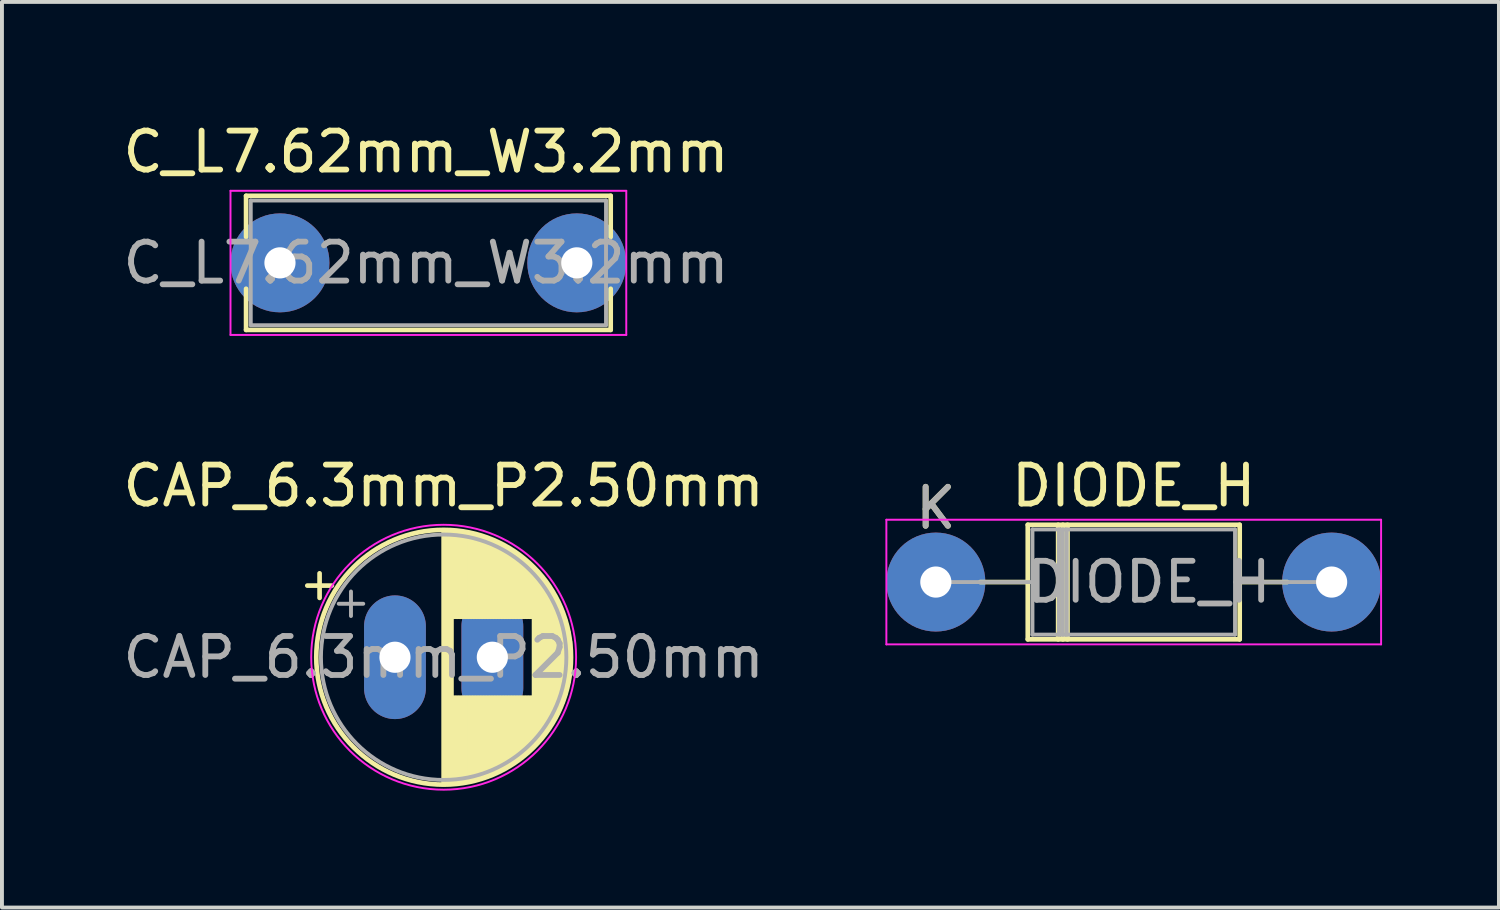
<source format=kicad_pcb>
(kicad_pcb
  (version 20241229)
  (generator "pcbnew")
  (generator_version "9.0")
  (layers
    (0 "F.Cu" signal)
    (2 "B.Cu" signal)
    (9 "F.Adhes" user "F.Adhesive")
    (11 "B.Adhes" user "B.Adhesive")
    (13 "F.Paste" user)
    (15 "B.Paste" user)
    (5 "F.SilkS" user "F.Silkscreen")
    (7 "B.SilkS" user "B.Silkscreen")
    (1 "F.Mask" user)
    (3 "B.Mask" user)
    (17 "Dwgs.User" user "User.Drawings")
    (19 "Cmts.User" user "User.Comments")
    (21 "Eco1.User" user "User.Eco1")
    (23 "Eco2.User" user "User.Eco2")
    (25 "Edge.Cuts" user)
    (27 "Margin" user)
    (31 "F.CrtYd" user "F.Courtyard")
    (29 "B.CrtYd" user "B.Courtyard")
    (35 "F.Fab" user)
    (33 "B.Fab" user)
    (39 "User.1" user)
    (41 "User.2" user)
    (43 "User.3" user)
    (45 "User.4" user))
  (footprint "CAP_6.3mm_P2.50mm"
    (layer "F.Cu")
    (at 7.089 13.822)
    (property "Reference" "CAP_6.3mm_P2.50mm" (at 1.25 -4.4 0) (layer "F.SilkS") (effects (font (size 1 1) (thickness 0.15))))
    (attr through_hole)
    (fp_line (start -2.25 -1.839) (end -1.62 -1.839) (stroke (width 0.12) (type solid)) (layer "F.SilkS"))
    (fp_line (start -1.935 -2.154) (end -1.935 -1.524) (stroke (width 0.12) (type solid)) (layer "F.SilkS"))
    (fp_line (start 1.25 -3.23) (end 1.25 3.23) (stroke (width 0.12) (type solid)) (layer "F.SilkS"))
    (fp_line (start 1.29 -3.23) (end 1.29 3.23) (stroke (width 0.12) (type solid)) (layer "F.SilkS"))
    (fp_line (start 1.33 -3.23) (end 1.33 3.23) (stroke (width 0.12) (type solid)) (layer "F.SilkS"))
    (fp_line (start 1.37 -3.228) (end 1.37 3.228) (stroke (width 0.12) (type solid)) (layer "F.SilkS"))
    (fp_line (start 1.41 -3.227) (end 1.41 3.227) (stroke (width 0.12) (type solid)) (layer "F.SilkS"))
    (fp_line (start 1.45 -3.224) (end 1.45 3.224) (stroke (width 0.12) (type solid)) (layer "F.SilkS"))
    (fp_line (start 1.49 -3.222) (end 1.49 -1.04) (stroke (width 0.12) (type solid)) (layer "F.SilkS"))
    (fp_line (start 1.49 1.04) (end 1.49 3.222) (stroke (width 0.12) (type solid)) (layer "F.SilkS"))
    (fp_line (start 1.53 -3.218) (end 1.53 -1.04) (stroke (width 0.12) (type solid)) (layer "F.SilkS"))
    (fp_line (start 1.53 1.04) (end 1.53 3.218) (stroke (width 0.12) (type solid)) (layer "F.SilkS"))
    (fp_line (start 1.57 -3.215) (end 1.57 -1.04) (stroke (width 0.12) (type solid)) (layer "F.SilkS"))
    (fp_line (start 1.57 1.04) (end 1.57 3.215) (stroke (width 0.12) (type solid)) (layer "F.SilkS"))
    (fp_line (start 1.61 -3.211) (end 1.61 -1.04) (stroke (width 0.12) (type solid)) (layer "F.SilkS"))
    (fp_line (start 1.61 1.04) (end 1.61 3.211) (stroke (width 0.12) (type solid)) (layer "F.SilkS"))
    (fp_line (start 1.65 -3.206) (end 1.65 -1.04) (stroke (width 0.12) (type solid)) (layer "F.SilkS"))
    (fp_line (start 1.65 1.04) (end 1.65 3.206) (stroke (width 0.12) (type solid)) (layer "F.SilkS"))
    (fp_line (start 1.69 -3.201) (end 1.69 -1.04) (stroke (width 0.12) (type solid)) (layer "F.SilkS"))
    (fp_line (start 1.69 1.04) (end 1.69 3.201) (stroke (width 0.12) (type solid)) (layer "F.SilkS"))
    (fp_line (start 1.73 -3.195) (end 1.73 -1.04) (stroke (width 0.12) (type solid)) (layer "F.SilkS"))
    (fp_line (start 1.73 1.04) (end 1.73 3.195) (stroke (width 0.12) (type solid)) (layer "F.SilkS"))
    (fp_line (start 1.77 -3.189) (end 1.77 -1.04) (stroke (width 0.12) (type solid)) (layer "F.SilkS"))
    (fp_line (start 1.77 1.04) (end 1.77 3.189) (stroke (width 0.12) (type solid)) (layer "F.SilkS"))
    (fp_line (start 1.81 -3.182) (end 1.81 -1.04) (stroke (width 0.12) (type solid)) (layer "F.SilkS"))
    (fp_line (start 1.81 1.04) (end 1.81 3.182) (stroke (width 0.12) (type solid)) (layer "F.SilkS"))
    (fp_line (start 1.85 -3.175) (end 1.85 -1.04) (stroke (width 0.12) (type solid)) (layer "F.SilkS"))
    (fp_line (start 1.85 1.04) (end 1.85 3.175) (stroke (width 0.12) (type solid)) (layer "F.SilkS"))
    (fp_line (start 1.89 -3.167) (end 1.89 -1.04) (stroke (width 0.12) (type solid)) (layer "F.SilkS"))
    (fp_line (start 1.89 1.04) (end 1.89 3.167) (stroke (width 0.12) (type solid)) (layer "F.SilkS"))
    (fp_line (start 1.93 -3.159) (end 1.93 -1.04) (stroke (width 0.12) (type solid)) (layer "F.SilkS"))
    (fp_line (start 1.93 1.04) (end 1.93 3.159) (stroke (width 0.12) (type solid)) (layer "F.SilkS"))
    (fp_line (start 1.971 -3.15) (end 1.971 -1.04) (stroke (width 0.12) (type solid)) (layer "F.SilkS"))
    (fp_line (start 1.971 1.04) (end 1.971 3.15) (stroke (width 0.12) (type solid)) (layer "F.SilkS"))
    (fp_line (start 2.011 -3.141) (end 2.011 -1.04) (stroke (width 0.12) (type solid)) (layer "F.SilkS"))
    (fp_line (start 2.011 1.04) (end 2.011 3.141) (stroke (width 0.12) (type solid)) (layer "F.SilkS"))
    (fp_line (start 2.051 -3.131) (end 2.051 -1.04) (stroke (width 0.12) (type solid)) (layer "F.SilkS"))
    (fp_line (start 2.051 1.04) (end 2.051 3.131) (stroke (width 0.12) (type solid)) (layer "F.SilkS"))
    (fp_line (start 2.091 -3.121) (end 2.091 -1.04) (stroke (width 0.12) (type solid)) (layer "F.SilkS"))
    (fp_line (start 2.091 1.04) (end 2.091 3.121) (stroke (width 0.12) (type solid)) (layer "F.SilkS"))
    (fp_line (start 2.131 -3.11) (end 2.131 -1.04) (stroke (width 0.12) (type solid)) (layer "F.SilkS"))
    (fp_line (start 2.131 1.04) (end 2.131 3.11) (stroke (width 0.12) (type solid)) (layer "F.SilkS"))
    (fp_line (start 2.171 -3.098) (end 2.171 -1.04) (stroke (width 0.12) (type solid)) (layer "F.SilkS"))
    (fp_line (start 2.171 1.04) (end 2.171 3.098) (stroke (width 0.12) (type solid)) (layer "F.SilkS"))
    (fp_line (start 2.211 -3.086) (end 2.211 -1.04) (stroke (width 0.12) (type solid)) (layer "F.SilkS"))
    (fp_line (start 2.211 1.04) (end 2.211 3.086) (stroke (width 0.12) (type solid)) (layer "F.SilkS"))
    (fp_line (start 2.251 -3.074) (end 2.251 -1.04) (stroke (width 0.12) (type solid)) (layer "F.SilkS"))
    (fp_line (start 2.251 1.04) (end 2.251 3.074) (stroke (width 0.12) (type solid)) (layer "F.SilkS"))
    (fp_line (start 2.291 -3.061) (end 2.291 -1.04) (stroke (width 0.12) (type solid)) (layer "F.SilkS"))
    (fp_line (start 2.291 1.04) (end 2.291 3.061) (stroke (width 0.12) (type solid)) (layer "F.SilkS"))
    (fp_line (start 2.331 -3.047) (end 2.331 -1.04) (stroke (width 0.12) (type solid)) (layer "F.SilkS"))
    (fp_line (start 2.331 1.04) (end 2.331 3.047) (stroke (width 0.12) (type solid)) (layer "F.SilkS"))
    (fp_line (start 2.371 -3.033) (end 2.371 -1.04) (stroke (width 0.12) (type solid)) (layer "F.SilkS"))
    (fp_line (start 2.371 1.04) (end 2.371 3.033) (stroke (width 0.12) (type solid)) (layer "F.SilkS"))
    (fp_line (start 2.411 -3.018) (end 2.411 -1.04) (stroke (width 0.12) (type solid)) (layer "F.SilkS"))
    (fp_line (start 2.411 1.04) (end 2.411 3.018) (stroke (width 0.12) (type solid)) (layer "F.SilkS"))
    (fp_line (start 2.451 -3.002) (end 2.451 -1.04) (stroke (width 0.12) (type solid)) (layer "F.SilkS"))
    (fp_line (start 2.451 1.04) (end 2.451 3.002) (stroke (width 0.12) (type solid)) (layer "F.SilkS"))
    (fp_line (start 2.491 -2.986) (end 2.491 -1.04) (stroke (width 0.12) (type solid)) (layer "F.SilkS"))
    (fp_line (start 2.491 1.04) (end 2.491 2.986) (stroke (width 0.12) (type solid)) (layer "F.SilkS"))
    (fp_line (start 2.531 -2.97) (end 2.531 -1.04) (stroke (width 0.12) (type solid)) (layer "F.SilkS"))
    (fp_line (start 2.531 1.04) (end 2.531 2.97) (stroke (width 0.12) (type solid)) (layer "F.SilkS"))
    (fp_line (start 2.571 -2.952) (end 2.571 -1.04) (stroke (width 0.12) (type solid)) (layer "F.SilkS"))
    (fp_line (start 2.571 1.04) (end 2.571 2.952) (stroke (width 0.12) (type solid)) (layer "F.SilkS"))
    (fp_line (start 2.611 -2.934) (end 2.611 -1.04) (stroke (width 0.12) (type solid)) (layer "F.SilkS"))
    (fp_line (start 2.611 1.04) (end 2.611 2.934) (stroke (width 0.12) (type solid)) (layer "F.SilkS"))
    (fp_line (start 2.651 -2.916) (end 2.651 -1.04) (stroke (width 0.12) (type solid)) (layer "F.SilkS"))
    (fp_line (start 2.651 1.04) (end 2.651 2.916) (stroke (width 0.12) (type solid)) (layer "F.SilkS"))
    (fp_line (start 2.691 -2.896) (end 2.691 -1.04) (stroke (width 0.12) (type solid)) (layer "F.SilkS"))
    (fp_line (start 2.691 1.04) (end 2.691 2.896) (stroke (width 0.12) (type solid)) (layer "F.SilkS"))
    (fp_line (start 2.731 -2.876) (end 2.731 -1.04) (stroke (width 0.12) (type solid)) (layer "F.SilkS"))
    (fp_line (start 2.731 1.04) (end 2.731 2.876) (stroke (width 0.12) (type solid)) (layer "F.SilkS"))
    (fp_line (start 2.771 -2.856) (end 2.771 -1.04) (stroke (width 0.12) (type solid)) (layer "F.SilkS"))
    (fp_line (start 2.771 1.04) (end 2.771 2.856) (stroke (width 0.12) (type solid)) (layer "F.SilkS"))
    (fp_line (start 2.811 -2.834) (end 2.811 -1.04) (stroke (width 0.12) (type solid)) (layer "F.SilkS"))
    (fp_line (start 2.811 1.04) (end 2.811 2.834) (stroke (width 0.12) (type solid)) (layer "F.SilkS"))
    (fp_line (start 2.851 -2.812) (end 2.851 -1.04) (stroke (width 0.12) (type solid)) (layer "F.SilkS"))
    (fp_line (start 2.851 1.04) (end 2.851 2.812) (stroke (width 0.12) (type solid)) (layer "F.SilkS"))
    (fp_line (start 2.891 -2.79) (end 2.891 -1.04) (stroke (width 0.12) (type solid)) (layer "F.SilkS"))
    (fp_line (start 2.891 1.04) (end 2.891 2.79) (stroke (width 0.12) (type solid)) (layer "F.SilkS"))
    (fp_line (start 2.931 -2.766) (end 2.931 -1.04) (stroke (width 0.12) (type solid)) (layer "F.SilkS"))
    (fp_line (start 2.931 1.04) (end 2.931 2.766) (stroke (width 0.12) (type solid)) (layer "F.SilkS"))
    (fp_line (start 2.971 -2.742) (end 2.971 -1.04) (stroke (width 0.12) (type solid)) (layer "F.SilkS"))
    (fp_line (start 2.971 1.04) (end 2.971 2.742) (stroke (width 0.12) (type solid)) (layer "F.SilkS"))
    (fp_line (start 3.011 -2.716) (end 3.011 -1.04) (stroke (width 0.12) (type solid)) (layer "F.SilkS"))
    (fp_line (start 3.011 1.04) (end 3.011 2.716) (stroke (width 0.12) (type solid)) (layer "F.SilkS"))
    (fp_line (start 3.051 -2.69) (end 3.051 -1.04) (stroke (width 0.12) (type solid)) (layer "F.SilkS"))
    (fp_line (start 3.051 1.04) (end 3.051 2.69) (stroke (width 0.12) (type solid)) (layer "F.SilkS"))
    (fp_line (start 3.091 -2.664) (end 3.091 -1.04) (stroke (width 0.12) (type solid)) (layer "F.SilkS"))
    (fp_line (start 3.091 1.04) (end 3.091 2.664) (stroke (width 0.12) (type solid)) (layer "F.SilkS"))
    (fp_line (start 3.131 -2.636) (end 3.131 -1.04) (stroke (width 0.12) (type solid)) (layer "F.SilkS"))
    (fp_line (start 3.131 1.04) (end 3.131 2.636) (stroke (width 0.12) (type solid)) (layer "F.SilkS"))
    (fp_line (start 3.171 -2.607) (end 3.171 -1.04) (stroke (width 0.12) (type solid)) (layer "F.SilkS"))
    (fp_line (start 3.171 1.04) (end 3.171 2.607) (stroke (width 0.12) (type solid)) (layer "F.SilkS"))
    (fp_line (start 3.211 -2.578) (end 3.211 -1.04) (stroke (width 0.12) (type solid)) (layer "F.SilkS"))
    (fp_line (start 3.211 1.04) (end 3.211 2.578) (stroke (width 0.12) (type solid)) (layer "F.SilkS"))
    (fp_line (start 3.251 -2.548) (end 3.251 -1.04) (stroke (width 0.12) (type solid)) (layer "F.SilkS"))
    (fp_line (start 3.251 1.04) (end 3.251 2.548) (stroke (width 0.12) (type solid)) (layer "F.SilkS"))
    (fp_line (start 3.291 -2.516) (end 3.291 -1.04) (stroke (width 0.12) (type solid)) (layer "F.SilkS"))
    (fp_line (start 3.291 1.04) (end 3.291 2.516) (stroke (width 0.12) (type solid)) (layer "F.SilkS"))
    (fp_line (start 3.331 -2.484) (end 3.331 -1.04) (stroke (width 0.12) (type solid)) (layer "F.SilkS"))
    (fp_line (start 3.331 1.04) (end 3.331 2.484) (stroke (width 0.12) (type solid)) (layer "F.SilkS"))
    (fp_line (start 3.371 -2.45) (end 3.371 -1.04) (stroke (width 0.12) (type solid)) (layer "F.SilkS"))
    (fp_line (start 3.371 1.04) (end 3.371 2.45) (stroke (width 0.12) (type solid)) (layer "F.SilkS"))
    (fp_line (start 3.411 -2.416) (end 3.411 -1.04) (stroke (width 0.12) (type solid)) (layer "F.SilkS"))
    (fp_line (start 3.411 1.04) (end 3.411 2.416) (stroke (width 0.12) (type solid)) (layer "F.SilkS"))
    (fp_line (start 3.451 -2.38) (end 3.451 -1.04) (stroke (width 0.12) (type solid)) (layer "F.SilkS"))
    (fp_line (start 3.451 1.04) (end 3.451 2.38) (stroke (width 0.12) (type solid)) (layer "F.SilkS"))
    (fp_line (start 3.491 -2.343) (end 3.491 -1.04) (stroke (width 0.12) (type solid)) (layer "F.SilkS"))
    (fp_line (start 3.491 1.04) (end 3.491 2.343) (stroke (width 0.12) (type solid)) (layer "F.SilkS"))
    (fp_line (start 3.531 -2.305) (end 3.531 -1.04) (stroke (width 0.12) (type solid)) (layer "F.SilkS"))
    (fp_line (start 3.531 1.04) (end 3.531 2.305) (stroke (width 0.12) (type solid)) (layer "F.SilkS"))
    (fp_line (start 3.571 -2.265) (end 3.571 2.265) (stroke (width 0.12) (type solid)) (layer "F.SilkS"))
    (fp_line (start 3.611 -2.224) (end 3.611 2.224) (stroke (width 0.12) (type solid)) (layer "F.SilkS"))
    (fp_line (start 3.651 -2.182) (end 3.651 2.182) (stroke (width 0.12) (type solid)) (layer "F.SilkS"))
    (fp_line (start 3.691 -2.137) (end 3.691 2.137) (stroke (width 0.12) (type solid)) (layer "F.SilkS"))
    (fp_line (start 3.731 -2.092) (end 3.731 2.092) (stroke (width 0.12) (type solid)) (layer "F.SilkS"))
    (fp_line (start 3.771 -2.044) (end 3.771 2.044) (stroke (width 0.12) (type solid)) (layer "F.SilkS"))
    (fp_line (start 3.811 -1.995) (end 3.811 1.995) (stroke (width 0.12) (type solid)) (layer "F.SilkS"))
    (fp_line (start 3.851 -1.944) (end 3.851 1.944) (stroke (width 0.12) (type solid)) (layer "F.SilkS"))
    (fp_line (start 3.891 -1.89) (end 3.891 1.89) (stroke (width 0.12) (type solid)) (layer "F.SilkS"))
    (fp_line (start 3.931 -1.834) (end 3.931 1.834) (stroke (width 0.12) (type solid)) (layer "F.SilkS"))
    (fp_line (start 3.971 -1.776) (end 3.971 1.776) (stroke (width 0.12) (type solid)) (layer "F.SilkS"))
    (fp_line (start 4.011 -1.714) (end 4.011 1.714) (stroke (width 0.12) (type solid)) (layer "F.SilkS"))
    (fp_line (start 4.051 -1.65) (end 4.051 1.65) (stroke (width 0.12) (type solid)) (layer "F.SilkS"))
    (fp_line (start 4.091 -1.581) (end 4.091 1.581) (stroke (width 0.12) (type solid)) (layer "F.SilkS"))
    (fp_line (start 4.131 -1.509) (end 4.131 1.509) (stroke (width 0.12) (type solid)) (layer "F.SilkS"))
    (fp_line (start 4.171 -1.432) (end 4.171 1.432) (stroke (width 0.12) (type solid)) (layer "F.SilkS"))
    (fp_line (start 4.211 -1.35) (end 4.211 1.35) (stroke (width 0.12) (type solid)) (layer "F.SilkS"))
    (fp_line (start 4.251 -1.262) (end 4.251 1.262) (stroke (width 0.12) (type solid)) (layer "F.SilkS"))
    (fp_line (start 4.291 -1.165) (end 4.291 1.165) (stroke (width 0.12) (type solid)) (layer "F.SilkS"))
    (fp_line (start 4.331 -1.059) (end 4.331 1.059) (stroke (width 0.12) (type solid)) (layer "F.SilkS"))
    (fp_line (start 4.371 -0.94) (end 4.371 0.94) (stroke (width 0.12) (type solid)) (layer "F.SilkS"))
    (fp_line (start 4.411 -0.802) (end 4.411 0.802) (stroke (width 0.12) (type solid)) (layer "F.SilkS"))
    (fp_line (start 4.451 -0.633) (end 4.451 0.633) (stroke (width 0.12) (type solid)) (layer "F.SilkS"))
    (fp_line (start 4.491 -0.402) (end 4.491 0.402) (stroke (width 0.12) (type solid)) (layer "F.SilkS"))
    (fp_circle (center 1.25 0) (end 4.52 0) (stroke (width 0.12) (type solid)) (fill no) (layer "F.SilkS"))
    (fp_circle (center 1.25 0) (end 4.65 0) (stroke (width 0.05) (type solid)) (fill no) (layer "F.CrtYd"))
    (fp_line (start -1.444 -1.373) (end -0.814 -1.373) (stroke (width 0.1) (type solid)) (layer "F.Fab"))
    (fp_line (start -1.129 -1.688) (end -1.129 -1.058) (stroke (width 0.1) (type solid)) (layer "F.Fab"))
    (fp_circle (center 1.25 0) (end 4.4 0) (stroke (width 0.1) (type solid)) (fill no) (layer "F.Fab"))
    (fp_text user "${REFERENCE}" (at 1.25 0 0) (layer "F.Fab") (effects (font (size 1 1) (thickness 0.15))))
    (pad "1" thru_hole oval (at 0 0) (size 1.587 3.175) (drill 0.8) (layers "*.Cu" "*.Mask"))
    (pad "2" thru_hole oval (at 2.5 0) (size 1.587 3.175) (drill 0.8) (layers "*.Cu" "*.Mask")))
  (footprint "C_L7.62mm_W3.2mm"
    (layer "F.Cu")
    (at 4.137 3.698)
    (property "Reference" "C_L7.62mm_W3.2mm" (at 3.75 -2.85 0) (layer "F.SilkS") (effects (font (size 1 1) (thickness 0.15))))
    (attr through_hole)
    (fp_line (start -0.87 -1.721) (end -0.87 -0.665) (stroke (width 0.12) (type solid)) (layer "F.SilkS"))
    (fp_line (start -0.87 -1.721) (end 8.49 -1.721) (stroke (width 0.12) (type solid)) (layer "F.SilkS"))
    (fp_line (start -0.87 0.665) (end -0.87 1.721) (stroke (width 0.12) (type solid)) (layer "F.SilkS"))
    (fp_line (start -0.87 1.721) (end 8.49 1.721) (stroke (width 0.12) (type solid)) (layer "F.SilkS"))
    (fp_line (start 8.49 -1.721) (end 8.49 -0.665) (stroke (width 0.12) (type solid)) (layer "F.SilkS"))
    (fp_line (start 8.49 0.665) (end 8.49 1.721) (stroke (width 0.12) (type solid)) (layer "F.SilkS"))
    (fp_line (start -1.27 -1.85) (end -1.27 1.85) (stroke (width 0.05) (type solid)) (layer "F.CrtYd"))
    (fp_line (start -1.27 1.85) (end 8.89 1.85) (stroke (width 0.05) (type solid)) (layer "F.CrtYd"))
    (fp_line (start 8.89 -1.85) (end -1.27 -1.85) (stroke (width 0.05) (type solid)) (layer "F.CrtYd"))
    (fp_line (start 8.89 1.85) (end 8.89 -1.85) (stroke (width 0.05) (type solid)) (layer "F.CrtYd"))
    (fp_line (start -0.75 -1.6) (end -0.75 1.6) (stroke (width 0.1) (type solid)) (layer "F.Fab"))
    (fp_line (start -0.75 1.6) (end 8.37 1.6) (stroke (width 0.1) (type solid)) (layer "F.Fab"))
    (fp_line (start 8.37 -1.6) (end -0.75 -1.6) (stroke (width 0.1) (type solid)) (layer "F.Fab"))
    (fp_line (start 8.37 1.6) (end 8.37 -1.6) (stroke (width 0.1) (type solid)) (layer "F.Fab"))
    (fp_text user "${REFERENCE}" (at 3.75 0 0) (layer "F.Fab") (effects (font (size 1 1) (thickness 0.15))))
    (pad "1" thru_hole circle (at 0 0) (size 2.54 2.54) (drill 0.8) (layers "*.Cu" "*.Mask"))
    (pad "2" thru_hole circle (at 7.62 0) (size 2.54 2.54) (drill 0.8) (layers "*.Cu" "*.Mask")))
  (footprint "DIODE_H"
    (layer "F.Cu")
    (at 20.974 11.892)
    (property "Reference" "DIODE_H" (at 5.08 -2.47 0) (layer "F.SilkS") (effects (font (size 1 1) (thickness 0.15))))
    (attr through_hole)
    (fp_line (start 1.14 0) (end 2.36 0) (stroke (width 0.12) (type solid)) (layer "F.SilkS"))
    (fp_line (start 2.36 -1.47) (end 2.36 1.47) (stroke (width 0.12) (type solid)) (layer "F.SilkS"))
    (fp_line (start 2.36 1.47) (end 7.8 1.47) (stroke (width 0.12) (type solid)) (layer "F.SilkS"))
    (fp_line (start 3.14 -1.47) (end 3.14 1.47) (stroke (width 0.12) (type solid)) (layer "F.SilkS"))
    (fp_line (start 3.26 -1.47) (end 3.26 1.47) (stroke (width 0.12) (type solid)) (layer "F.SilkS"))
    (fp_line (start 3.38 -1.47) (end 3.38 1.47) (stroke (width 0.12) (type solid)) (layer "F.SilkS"))
    (fp_line (start 7.8 -1.47) (end 2.36 -1.47) (stroke (width 0.12) (type solid)) (layer "F.SilkS"))
    (fp_line (start 7.8 1.47) (end 7.8 -1.47) (stroke (width 0.12) (type solid)) (layer "F.SilkS"))
    (fp_line (start 9.02 0) (end 7.8 0) (stroke (width 0.12) (type solid)) (layer "F.SilkS"))
    (fp_line (start -1.27 -1.6) (end -1.27 1.6) (stroke (width 0.05) (type solid)) (layer "F.CrtYd"))
    (fp_line (start -1.27 1.6) (end 11.43 1.6) (stroke (width 0.05) (type solid)) (layer "F.CrtYd"))
    (fp_line (start 11.43 -1.6) (end -1.27 -1.6) (stroke (width 0.05) (type solid)) (layer "F.CrtYd"))
    (fp_line (start 11.43 1.6) (end 11.43 -1.6) (stroke (width 0.05) (type solid)) (layer "F.CrtYd"))
    (fp_line (start 0 0) (end 2.48 0) (stroke (width 0.1) (type solid)) (layer "F.Fab"))
    (fp_line (start 2.48 -1.35) (end 2.48 1.35) (stroke (width 0.1) (type solid)) (layer "F.Fab"))
    (fp_line (start 2.48 1.35) (end 7.68 1.35) (stroke (width 0.1) (type solid)) (layer "F.Fab"))
    (fp_line (start 3.16 -1.35) (end 3.16 1.35) (stroke (width 0.1) (type solid)) (layer "F.Fab"))
    (fp_line (start 3.26 -1.35) (end 3.26 1.35) (stroke (width 0.1) (type solid)) (layer "F.Fab"))
    (fp_line (start 3.36 -1.35) (end 3.36 1.35) (stroke (width 0.1) (type solid)) (layer "F.Fab"))
    (fp_line (start 7.68 -1.35) (end 2.48 -1.35) (stroke (width 0.1) (type solid)) (layer "F.Fab"))
    (fp_line (start 7.68 1.35) (end 7.68 -1.35) (stroke (width 0.1) (type solid)) (layer "F.Fab"))
    (fp_line (start 10.16 0) (end 7.68 0) (stroke (width 0.1) (type solid)) (layer "F.Fab"))
    (fp_text user "K" (at 0 -1.9 0) (layer "F.SilkS") (effects (font (size 1 1) (thickness 0.15))))
    (fp_text user "K" (at 0 -1.9 0) (layer "F.Fab") (effects (font (size 1 1) (thickness 0.15))))
    (fp_text user "${REFERENCE}" (at 5.47 0 0) (layer "F.Fab") (effects (font (size 1 1) (thickness 0.15))))
    (pad "1" thru_hole circle (at 0 0) (size 2.54 2.54) (drill 0.8) (layers "*.Cu" "*.Mask"))
    (pad "2" thru_hole circle (at 10.16 0) (size 2.54 2.54) (drill 0.8) (layers "*.Cu" "*.Mask")))
  (gr_rect
    (start -3 -3)
    (end 35.429 20.247)
    (stroke (width 0.1) (type default))
    (fill no)
    (layer "Edge.Cuts")))
</source>
